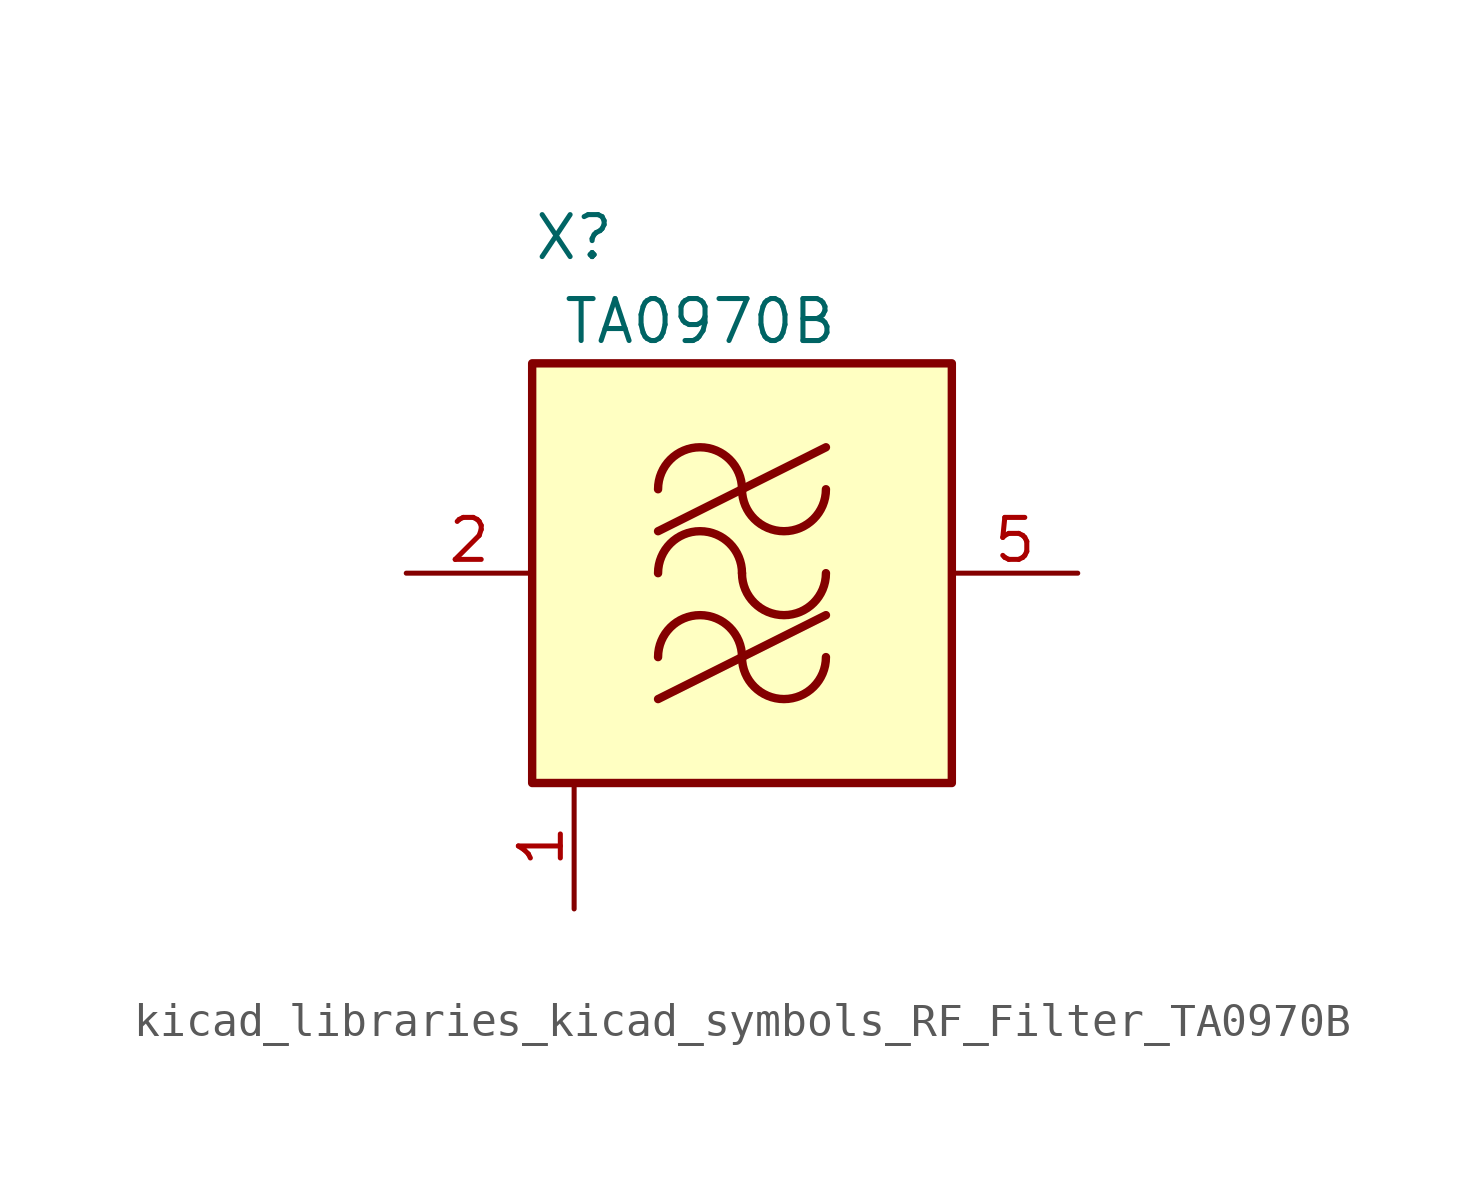
<source format=kicad_sym>
(kicad_symbol_lib
  (version 20220914)
  (generator kicad_symbol_editor)
  (symbol "kicad_libraries_kicad_symbols_RF_Filter_TA0970B"
    (pin_names hide)
    (property "Reference" "X"
      (at -5.08 10.16 0)
      (effects (font (size 1.27 1.27))))
    (property "Value" "TA0970B"
      (at -1.27 7.62 0)
      (effects (font (size 1.27 1.27))))
    (symbol "kicad_libraries_kicad_symbols_RF_Filter_TA0970B_1_1"
      (rectangle (start -6.35 6.35) (end 6.35 -6.35) (stroke (width 0.254) (type default)) (fill (type background)))
      (arc (start 0 -2.54) (mid -1.27 -1.2755) (end -2.54 -2.54) (stroke (width 0.254) (type default)) (fill (type none)))
      (arc (start 0 -2.54) (mid 1.27 -3.8045) (end 2.54 -2.54) (stroke (width 0.254) (type default)) (fill (type none)))
      (arc (start 0 0) (mid -1.27 1.2645) (end -2.54 0) (stroke (width 0.254) (type default)) (fill (type none)))
      (polyline (pts (xy -2.54 -3.81) (xy 2.54 -1.27)) (stroke (width 0.254) (type default)) (fill (type none)))
      (polyline (pts (xy -2.54 1.27) (xy 2.54 3.81)) (stroke (width 0.254) (type default)) (fill (type none)))
      (arc (start 0 0) (mid 1.27 -1.2645) (end 2.54 0) (stroke (width 0.254) (type default)) (fill (type none)))
      (arc (start 0 2.54) (mid -1.27 3.8045) (end -2.54 2.54) (stroke (width 0.254) (type default)) (fill (type none)))
      (arc (start 0 2.54) (mid 1.27 1.2755) (end 2.54 2.54) (stroke (width 0.254) (type default)) (fill (type none)))
      (pin power_in line (at -5.08 -10.16 90) (length 3.81) (name "GND" (effects (font (size 1.27 1.27)))) (number "1" (effects (font (size 1.27 1.27)))))
      (pin input line (at -10.16 0 0) (length 3.81) (name "IN" (effects (font (size 1.27 1.27)))) (number "2" (effects (font (size 1.27 1.27)))))
      (pin passive line (at -5.08 -10.16 90) (length 3.81) hide (name "GND" (effects (font (size 1.27 1.27)))) (number "3" (effects (font (size 1.27 1.27)))))
      (pin passive line (at -5.08 -10.16 90) (length 3.81) hide (name "GND" (effects (font (size 1.27 1.27)))) (number "4" (effects (font (size 1.27 1.27)))))
      (pin output line (at 10.16 0 180) (length 3.81) (name "OUT" (effects (font (size 1.27 1.27)))) (number "5" (effects (font (size 1.27 1.27)))))
      (pin passive line (at -5.08 -10.16 90) (length 3.81) hide (name "GND" (effects (font (size 1.27 1.27)))) (number "6" (effects (font (size 1.27 1.27))))))))
</source>
